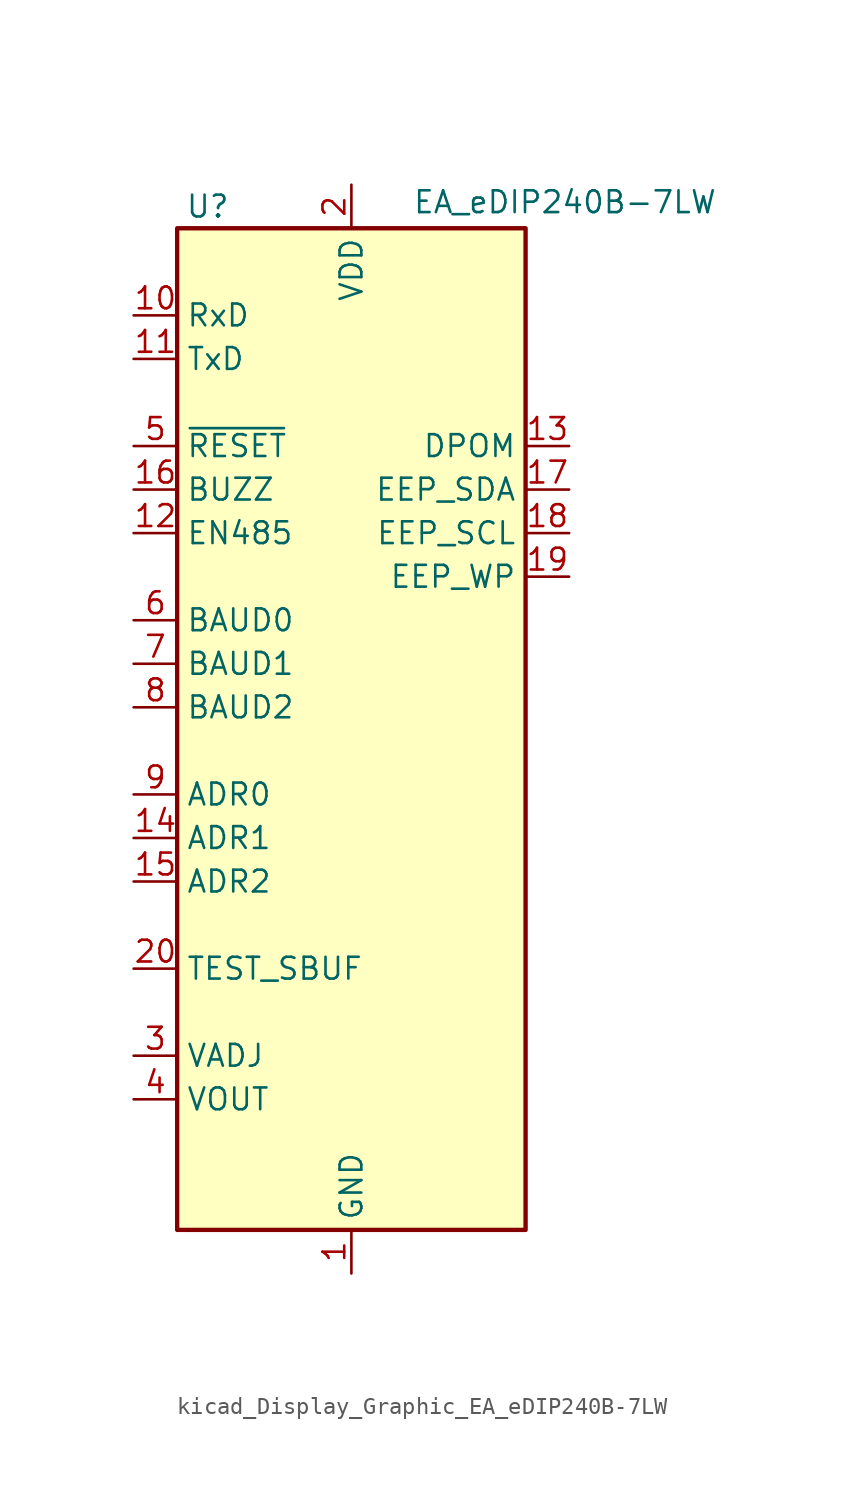
<source format=kicad_sym>
(kicad_symbol_lib
  (version 20220914)
  (generator kicad_symbol_editor)
  (symbol "kicad_Display_Graphic_EA_eDIP240B-7LW"
    (property "Reference" "U"
      (at -8.382 29.21 0)
      (effects (font (size 1.27 1.27))))
    (property "Value" "EA_eDIP240B-7LW"
      (at 3.556 29.464 0)
      (effects (font (size 1.27 1.27)) (justify left)))
    (symbol "kicad_Display_Graphic_EA_eDIP240B-7LW_0_1"
      (rectangle (start -10.16 27.94) (end 10.16 -30.48) (stroke (width 0.254) (type default)) (fill (type background))))
    (symbol "kicad_Display_Graphic_EA_eDIP240B-7LW_1_1"
      (pin power_in line (at 0 -33.02 90) (length 2.54) (name "GND" (effects (font (size 1.27 1.27)))) (number "1" (effects (font (size 1.27 1.27)))))
      (pin input line (at -12.7 22.86 0) (length 2.54) (name "RxD" (effects (font (size 1.27 1.27)))) (number "10" (effects (font (size 1.27 1.27)))))
      (pin output line (at -12.7 20.32 0) (length 2.54) (name "TxD" (effects (font (size 1.27 1.27)))) (number "11" (effects (font (size 1.27 1.27)))))
      (pin output line (at -12.7 10.16 0) (length 2.54) (name "EN485" (effects (font (size 1.27 1.27)))) (number "12" (effects (font (size 1.27 1.27)))))
      (pin input line (at 12.7 15.24 180) (length 2.54) (name "DPOM" (effects (font (size 1.27 1.27)))) (number "13" (effects (font (size 1.27 1.27)))))
      (pin input line (at -12.7 -7.62 0) (length 2.54) (name "ADR1" (effects (font (size 1.27 1.27)))) (number "14" (effects (font (size 1.27 1.27)))))
      (pin input line (at -12.7 -10.16 0) (length 2.54) (name "ADR2" (effects (font (size 1.27 1.27)))) (number "15" (effects (font (size 1.27 1.27)))))
      (pin output line (at -12.7 12.7 0) (length 2.54) (name "BUZZ" (effects (font (size 1.27 1.27)))) (number "16" (effects (font (size 1.27 1.27)))))
      (pin bidirectional line (at 12.7 12.7 180) (length 2.54) (name "EEP_SDA" (effects (font (size 1.27 1.27)))) (number "17" (effects (font (size 1.27 1.27)))))
      (pin output line (at 12.7 10.16 180) (length 2.54) (name "EEP_SCL" (effects (font (size 1.27 1.27)))) (number "18" (effects (font (size 1.27 1.27)))))
      (pin input line (at 12.7 7.62 180) (length 2.54) (name "EEP_WP" (effects (font (size 1.27 1.27)))) (number "19" (effects (font (size 1.27 1.27)))))
      (pin power_in line (at 0 30.48 270) (length 2.54) (name "VDD" (effects (font (size 1.27 1.27)))) (number "2" (effects (font (size 1.27 1.27)))))
      (pin open_collector line (at -12.7 -15.24 0) (length 2.54) (name "TEST_SBUF" (effects (font (size 1.27 1.27)))) (number "20" (effects (font (size 1.27 1.27)))))
      (pin no_connect line (at -10.16 -25.4 0) (length 2.54) hide (name "NC" (effects (font (size 1.27 1.27)))) (number "21" (effects (font (size 1.27 1.27)))))
      (pin no_connect line (at -10.16 -27.94 0) (length 2.54) hide (name "NC" (effects (font (size 1.27 1.27)))) (number "22" (effects (font (size 1.27 1.27)))))
      (pin no_connect line (at 10.16 25.4 180) (length 2.54) hide (name "NC" (effects (font (size 1.27 1.27)))) (number "23" (effects (font (size 1.27 1.27)))))
      (pin no_connect line (at 10.16 22.86 180) (length 2.54) hide (name "NC" (effects (font (size 1.27 1.27)))) (number "24" (effects (font (size 1.27 1.27)))))
      (pin no_connect line (at 10.16 20.32 180) (length 2.54) hide (name "NC" (effects (font (size 1.27 1.27)))) (number "25" (effects (font (size 1.27 1.27)))))
      (pin no_connect line (at 10.16 17.78 180) (length 2.54) hide (name "NC" (effects (font (size 1.27 1.27)))) (number "26" (effects (font (size 1.27 1.27)))))
      (pin no_connect line (at 10.16 5.08 180) (length 2.54) hide (name "NC" (effects (font (size 1.27 1.27)))) (number "27" (effects (font (size 1.27 1.27)))))
      (pin no_connect line (at 10.16 2.54 180) (length 2.54) hide (name "NC" (effects (font (size 1.27 1.27)))) (number "28" (effects (font (size 1.27 1.27)))))
      (pin no_connect line (at 10.16 0 180) (length 2.54) hide (name "NC" (effects (font (size 1.27 1.27)))) (number "29" (effects (font (size 1.27 1.27)))))
      (pin input line (at -12.7 -20.32 0) (length 2.54) (name "VADJ" (effects (font (size 1.27 1.27)))) (number "3" (effects (font (size 1.27 1.27)))))
      (pin no_connect line (at 10.16 -2.54 180) (length 2.54) hide (name "NC" (effects (font (size 1.27 1.27)))) (number "30" (effects (font (size 1.27 1.27)))))
      (pin no_connect line (at 10.16 -5.08 180) (length 2.54) hide (name "NC" (effects (font (size 1.27 1.27)))) (number "31" (effects (font (size 1.27 1.27)))))
      (pin no_connect line (at 10.16 -7.62 180) (length 2.54) hide (name "NC" (effects (font (size 1.27 1.27)))) (number "32" (effects (font (size 1.27 1.27)))))
      (pin no_connect line (at 10.16 -10.16 180) (length 2.54) hide (name "NC" (effects (font (size 1.27 1.27)))) (number "33" (effects (font (size 1.27 1.27)))))
      (pin no_connect line (at 10.16 -12.7 180) (length 2.54) hide (name "NC" (effects (font (size 1.27 1.27)))) (number "34" (effects (font (size 1.27 1.27)))))
      (pin no_connect line (at 10.16 -15.24 180) (length 2.54) hide (name "NC" (effects (font (size 1.27 1.27)))) (number "35" (effects (font (size 1.27 1.27)))))
      (pin no_connect line (at 10.16 -17.78 180) (length 2.54) hide (name "NC" (effects (font (size 1.27 1.27)))) (number "36" (effects (font (size 1.27 1.27)))))
      (pin no_connect line (at 10.16 -20.32 180) (length 2.54) hide (name "NC" (effects (font (size 1.27 1.27)))) (number "37" (effects (font (size 1.27 1.27)))))
      (pin no_connect line (at 10.16 -22.86 180) (length 2.54) hide (name "NC" (effects (font (size 1.27 1.27)))) (number "38" (effects (font (size 1.27 1.27)))))
      (pin no_connect line (at 10.16 -25.4 180) (length 2.54) hide (name "NC" (effects (font (size 1.27 1.27)))) (number "39" (effects (font (size 1.27 1.27)))))
      (pin output line (at -12.7 -22.86 0) (length 2.54) (name "VOUT" (effects (font (size 1.27 1.27)))) (number "4" (effects (font (size 1.27 1.27)))))
      (pin no_connect line (at 10.16 -27.94 180) (length 2.54) hide (name "NC" (effects (font (size 1.27 1.27)))) (number "40" (effects (font (size 1.27 1.27)))))
      (pin input line (at -12.7 15.24 0) (length 2.54) (name "~{RESET}" (effects (font (size 1.27 1.27)))) (number "5" (effects (font (size 1.27 1.27)))))
      (pin input line (at -12.7 5.08 0) (length 2.54) (name "BAUD0" (effects (font (size 1.27 1.27)))) (number "6" (effects (font (size 1.27 1.27)))))
      (pin input line (at -12.7 2.54 0) (length 2.54) (name "BAUD1" (effects (font (size 1.27 1.27)))) (number "7" (effects (font (size 1.27 1.27)))))
      (pin input line (at -12.7 0 0) (length 2.54) (name "BAUD2" (effects (font (size 1.27 1.27)))) (number "8" (effects (font (size 1.27 1.27)))))
      (pin input line (at -12.7 -5.08 0) (length 2.54) (name "ADR0" (effects (font (size 1.27 1.27)))) (number "9" (effects (font (size 1.27 1.27))))))))
</source>
